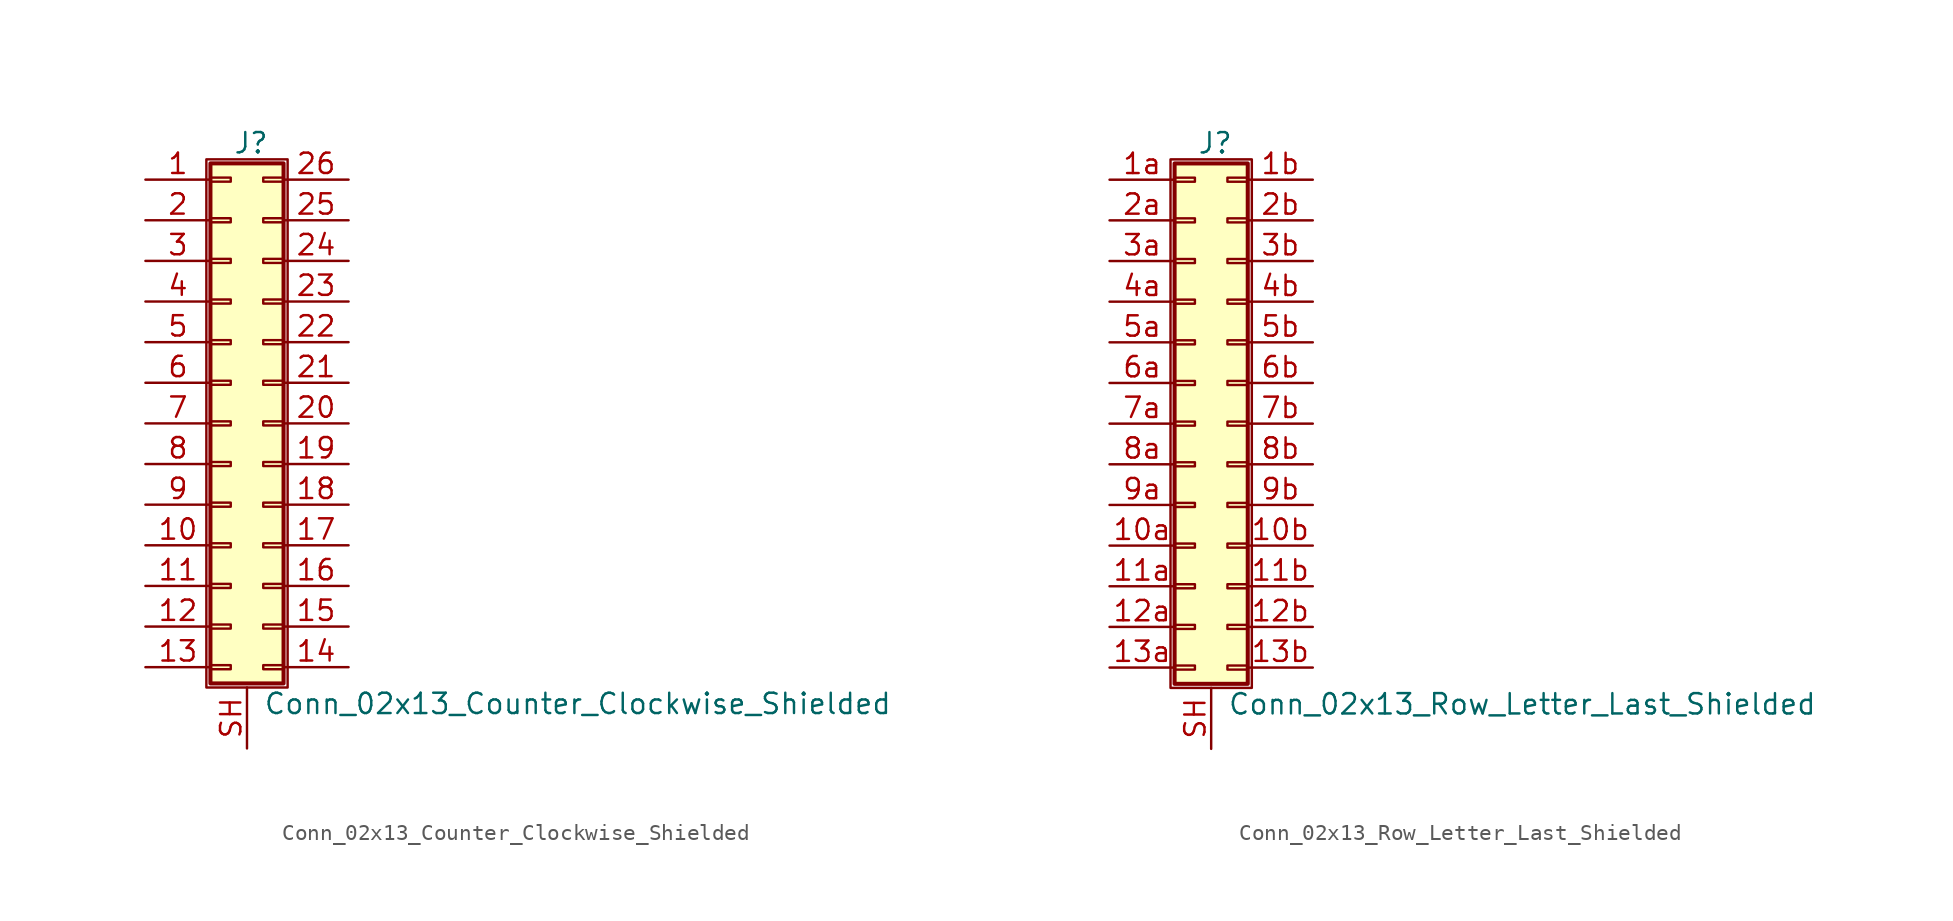
<source format=kicad_sym>
(kicad_symbol_lib
  (version 20201005)
  (generator kicad_symbol_editor)
  (symbol "Conn_02x13_Counter_Clockwise_Shielded"
    (pin_names
      (offset 1.016) hide)
    (property "Reference" "J"
      (at 1.524 17.526 0)
      (effects (font (size 1.27 1.27))))
    (property "Value" "Conn_02x13_Counter_Clockwise_Shielded"
      (at 2.286 -17.526 0)
      (effects (font (size 1.27 1.27)) (justify left)))
    (symbol "Conn_02x13_Counter_Clockwise_Shielded_1_1"
      (rectangle (start -1.27 16.51) (end 3.81 -16.51) (stroke (width 0.152)) (fill (type none)))
      (rectangle (start -1.016 -15.113) (end 0.254 -15.367) (stroke (width 0.152)) (fill (type none)))
      (rectangle (start -1.016 -12.573) (end 0.254 -12.827) (stroke (width 0.152)) (fill (type none)))
      (rectangle (start -1.016 -10.033) (end 0.254 -10.287) (stroke (width 0.152)) (fill (type none)))
      (rectangle (start -1.016 -7.493) (end 0.254 -7.747) (stroke (width 0.152)) (fill (type none)))
      (rectangle (start -1.016 -4.953) (end 0.254 -5.207) (stroke (width 0.152)) (fill (type none)))
      (rectangle (start -1.016 -2.413) (end 0.254 -2.667) (stroke (width 0.152)) (fill (type none)))
      (rectangle (start -1.016 0.127) (end 0.254 -0.127) (stroke (width 0.152)) (fill (type none)))
      (rectangle (start -1.016 2.667) (end 0.254 2.413) (stroke (width 0.152)) (fill (type none)))
      (rectangle (start -1.016 5.207) (end 0.254 4.953) (stroke (width 0.152)) (fill (type none)))
      (rectangle (start -1.016 7.747) (end 0.254 7.493) (stroke (width 0.152)) (fill (type none)))
      (rectangle (start -1.016 10.287) (end 0.254 10.033) (stroke (width 0.152)) (fill (type none)))
      (rectangle (start -1.016 12.827) (end 0.254 12.573) (stroke (width 0.152)) (fill (type none)))
      (rectangle (start -1.016 15.367) (end 0.254 15.113) (stroke (width 0.152)) (fill (type none)))
      (rectangle (start -1.016 16.256) (end 3.556 -16.256) (stroke (width 0.254)) (fill (type background)))
      (rectangle (start 3.556 -15.113) (end 2.286 -15.367) (stroke (width 0.152)) (fill (type none)))
      (rectangle (start 3.556 -12.573) (end 2.286 -12.827) (stroke (width 0.152)) (fill (type none)))
      (rectangle (start 3.556 -10.033) (end 2.286 -10.287) (stroke (width 0.152)) (fill (type none)))
      (rectangle (start 3.556 -7.493) (end 2.286 -7.747) (stroke (width 0.152)) (fill (type none)))
      (rectangle (start 3.556 -4.953) (end 2.286 -5.207) (stroke (width 0.152)) (fill (type none)))
      (rectangle (start 3.556 -2.413) (end 2.286 -2.667) (stroke (width 0.152)) (fill (type none)))
      (rectangle (start 3.556 0.127) (end 2.286 -0.127) (stroke (width 0.152)) (fill (type none)))
      (rectangle (start 3.556 2.667) (end 2.286 2.413) (stroke (width 0.152)) (fill (type none)))
      (rectangle (start 3.556 5.207) (end 2.286 4.953) (stroke (width 0.152)) (fill (type none)))
      (rectangle (start 3.556 7.747) (end 2.286 7.493) (stroke (width 0.152)) (fill (type none)))
      (rectangle (start 3.556 10.287) (end 2.286 10.033) (stroke (width 0.152)) (fill (type none)))
      (rectangle (start 3.556 12.827) (end 2.286 12.573) (stroke (width 0.152)) (fill (type none)))
      (rectangle (start 3.556 15.367) (end 2.286 15.113) (stroke (width 0.152)) (fill (type none)))
      (pin passive line (at -5.08 15.24 0) (length 4.064) (name "Pin_1" (effects (font (size 1.27 1.27)))) (number "1" (effects (font (size 1.27 1.27)))))
      (pin passive line (at -5.08 -7.62 0) (length 4.064) (name "Pin_10" (effects (font (size 1.27 1.27)))) (number "10" (effects (font (size 1.27 1.27)))))
      (pin passive line (at -5.08 -10.16 0) (length 4.064) (name "Pin_11" (effects (font (size 1.27 1.27)))) (number "11" (effects (font (size 1.27 1.27)))))
      (pin passive line (at -5.08 -12.7 0) (length 4.064) (name "Pin_12" (effects (font (size 1.27 1.27)))) (number "12" (effects (font (size 1.27 1.27)))))
      (pin passive line (at -5.08 -15.24 0) (length 4.064) (name "Pin_13" (effects (font (size 1.27 1.27)))) (number "13" (effects (font (size 1.27 1.27)))))
      (pin passive line (at 7.62 -15.24 180) (length 4.064) (name "Pin_14" (effects (font (size 1.27 1.27)))) (number "14" (effects (font (size 1.27 1.27)))))
      (pin passive line (at 7.62 -12.7 180) (length 4.064) (name "Pin_15" (effects (font (size 1.27 1.27)))) (number "15" (effects (font (size 1.27 1.27)))))
      (pin passive line (at 7.62 -10.16 180) (length 4.064) (name "Pin_16" (effects (font (size 1.27 1.27)))) (number "16" (effects (font (size 1.27 1.27)))))
      (pin passive line (at 7.62 -7.62 180) (length 4.064) (name "Pin_17" (effects (font (size 1.27 1.27)))) (number "17" (effects (font (size 1.27 1.27)))))
      (pin passive line (at 7.62 -5.08 180) (length 4.064) (name "Pin_18" (effects (font (size 1.27 1.27)))) (number "18" (effects (font (size 1.27 1.27)))))
      (pin passive line (at 7.62 -2.54 180) (length 4.064) (name "Pin_19" (effects (font (size 1.27 1.27)))) (number "19" (effects (font (size 1.27 1.27)))))
      (pin passive line (at -5.08 12.7 0) (length 4.064) (name "Pin_2" (effects (font (size 1.27 1.27)))) (number "2" (effects (font (size 1.27 1.27)))))
      (pin passive line (at 7.62 0 180) (length 4.064) (name "Pin_20" (effects (font (size 1.27 1.27)))) (number "20" (effects (font (size 1.27 1.27)))))
      (pin passive line (at 7.62 2.54 180) (length 4.064) (name "Pin_21" (effects (font (size 1.27 1.27)))) (number "21" (effects (font (size 1.27 1.27)))))
      (pin passive line (at 7.62 5.08 180) (length 4.064) (name "Pin_22" (effects (font (size 1.27 1.27)))) (number "22" (effects (font (size 1.27 1.27)))))
      (pin passive line (at 7.62 7.62 180) (length 4.064) (name "Pin_23" (effects (font (size 1.27 1.27)))) (number "23" (effects (font (size 1.27 1.27)))))
      (pin passive line (at 7.62 10.16 180) (length 4.064) (name "Pin_24" (effects (font (size 1.27 1.27)))) (number "24" (effects (font (size 1.27 1.27)))))
      (pin passive line (at 7.62 12.7 180) (length 4.064) (name "Pin_25" (effects (font (size 1.27 1.27)))) (number "25" (effects (font (size 1.27 1.27)))))
      (pin passive line (at 7.62 15.24 180) (length 4.064) (name "Pin_26" (effects (font (size 1.27 1.27)))) (number "26" (effects (font (size 1.27 1.27)))))
      (pin passive line (at -5.08 10.16 0) (length 4.064) (name "Pin_3" (effects (font (size 1.27 1.27)))) (number "3" (effects (font (size 1.27 1.27)))))
      (pin passive line (at -5.08 7.62 0) (length 4.064) (name "Pin_4" (effects (font (size 1.27 1.27)))) (number "4" (effects (font (size 1.27 1.27)))))
      (pin passive line (at -5.08 5.08 0) (length 4.064) (name "Pin_5" (effects (font (size 1.27 1.27)))) (number "5" (effects (font (size 1.27 1.27)))))
      (pin passive line (at -5.08 2.54 0) (length 4.064) (name "Pin_6" (effects (font (size 1.27 1.27)))) (number "6" (effects (font (size 1.27 1.27)))))
      (pin passive line (at -5.08 0 0) (length 4.064) (name "Pin_7" (effects (font (size 1.27 1.27)))) (number "7" (effects (font (size 1.27 1.27)))))
      (pin passive line (at -5.08 -2.54 0) (length 4.064) (name "Pin_8" (effects (font (size 1.27 1.27)))) (number "8" (effects (font (size 1.27 1.27)))))
      (pin passive line (at -5.08 -5.08 0) (length 4.064) (name "Pin_9" (effects (font (size 1.27 1.27)))) (number "9" (effects (font (size 1.27 1.27)))))
      (pin passive line (at 1.27 -20.32 90) (length 3.81) (name "Shield" (effects (font (size 1.27 1.27)))) (number "SH" (effects (font (size 1.27 1.27)))))))
  (symbol "Conn_02x13_Row_Letter_Last_Shielded"
    (pin_names
      (offset 1.016) hide)
    (property "Reference" "J"
      (at 1.524 17.526 0)
      (effects (font (size 1.27 1.27))))
    (property "Value" "Conn_02x13_Row_Letter_Last_Shielded"
      (at 2.286 -17.526 0)
      (effects (font (size 1.27 1.27)) (justify left)))
    (symbol "Conn_02x13_Row_Letter_Last_Shielded_1_1"
      (rectangle (start -1.27 16.51) (end 3.81 -16.51) (stroke (width 0.152)) (fill (type none)))
      (rectangle (start -1.016 -15.113) (end 0.254 -15.367) (stroke (width 0.152)) (fill (type none)))
      (rectangle (start -1.016 -12.573) (end 0.254 -12.827) (stroke (width 0.152)) (fill (type none)))
      (rectangle (start -1.016 -10.033) (end 0.254 -10.287) (stroke (width 0.152)) (fill (type none)))
      (rectangle (start -1.016 -7.493) (end 0.254 -7.747) (stroke (width 0.152)) (fill (type none)))
      (rectangle (start -1.016 -4.953) (end 0.254 -5.207) (stroke (width 0.152)) (fill (type none)))
      (rectangle (start -1.016 -2.413) (end 0.254 -2.667) (stroke (width 0.152)) (fill (type none)))
      (rectangle (start -1.016 0.127) (end 0.254 -0.127) (stroke (width 0.152)) (fill (type none)))
      (rectangle (start -1.016 2.667) (end 0.254 2.413) (stroke (width 0.152)) (fill (type none)))
      (rectangle (start -1.016 5.207) (end 0.254 4.953) (stroke (width 0.152)) (fill (type none)))
      (rectangle (start -1.016 7.747) (end 0.254 7.493) (stroke (width 0.152)) (fill (type none)))
      (rectangle (start -1.016 10.287) (end 0.254 10.033) (stroke (width 0.152)) (fill (type none)))
      (rectangle (start -1.016 12.827) (end 0.254 12.573) (stroke (width 0.152)) (fill (type none)))
      (rectangle (start -1.016 15.367) (end 0.254 15.113) (stroke (width 0.152)) (fill (type none)))
      (rectangle (start -1.016 16.256) (end 3.556 -16.256) (stroke (width 0.254)) (fill (type background)))
      (rectangle (start 3.556 -15.113) (end 2.286 -15.367) (stroke (width 0.152)) (fill (type none)))
      (rectangle (start 3.556 -12.573) (end 2.286 -12.827) (stroke (width 0.152)) (fill (type none)))
      (rectangle (start 3.556 -10.033) (end 2.286 -10.287) (stroke (width 0.152)) (fill (type none)))
      (rectangle (start 3.556 -7.493) (end 2.286 -7.747) (stroke (width 0.152)) (fill (type none)))
      (rectangle (start 3.556 -4.953) (end 2.286 -5.207) (stroke (width 0.152)) (fill (type none)))
      (rectangle (start 3.556 -2.413) (end 2.286 -2.667) (stroke (width 0.152)) (fill (type none)))
      (rectangle (start 3.556 0.127) (end 2.286 -0.127) (stroke (width 0.152)) (fill (type none)))
      (rectangle (start 3.556 2.667) (end 2.286 2.413) (stroke (width 0.152)) (fill (type none)))
      (rectangle (start 3.556 5.207) (end 2.286 4.953) (stroke (width 0.152)) (fill (type none)))
      (rectangle (start 3.556 7.747) (end 2.286 7.493) (stroke (width 0.152)) (fill (type none)))
      (rectangle (start 3.556 10.287) (end 2.286 10.033) (stroke (width 0.152)) (fill (type none)))
      (rectangle (start 3.556 12.827) (end 2.286 12.573) (stroke (width 0.152)) (fill (type none)))
      (rectangle (start 3.556 15.367) (end 2.286 15.113) (stroke (width 0.152)) (fill (type none)))
      (pin passive line (at -5.08 -7.62 0) (length 4.064) (name "Pin_10a" (effects (font (size 1.27 1.27)))) (number "10a" (effects (font (size 1.27 1.27)))))
      (pin passive line (at 7.62 -7.62 180) (length 4.064) (name "Pin_10b" (effects (font (size 1.27 1.27)))) (number "10b" (effects (font (size 1.27 1.27)))))
      (pin passive line (at -5.08 -10.16 0) (length 4.064) (name "Pin_11a" (effects (font (size 1.27 1.27)))) (number "11a" (effects (font (size 1.27 1.27)))))
      (pin passive line (at 7.62 -10.16 180) (length 4.064) (name "Pin_11b" (effects (font (size 1.27 1.27)))) (number "11b" (effects (font (size 1.27 1.27)))))
      (pin passive line (at -5.08 -12.7 0) (length 4.064) (name "Pin_12a" (effects (font (size 1.27 1.27)))) (number "12a" (effects (font (size 1.27 1.27)))))
      (pin passive line (at 7.62 -12.7 180) (length 4.064) (name "Pin_12b" (effects (font (size 1.27 1.27)))) (number "12b" (effects (font (size 1.27 1.27)))))
      (pin passive line (at -5.08 -15.24 0) (length 4.064) (name "Pin_13a" (effects (font (size 1.27 1.27)))) (number "13a" (effects (font (size 1.27 1.27)))))
      (pin passive line (at 7.62 -15.24 180) (length 4.064) (name "Pin_13b" (effects (font (size 1.27 1.27)))) (number "13b" (effects (font (size 1.27 1.27)))))
      (pin passive line (at -5.08 15.24 0) (length 4.064) (name "Pin_1a" (effects (font (size 1.27 1.27)))) (number "1a" (effects (font (size 1.27 1.27)))))
      (pin passive line (at 7.62 15.24 180) (length 4.064) (name "Pin_1b" (effects (font (size 1.27 1.27)))) (number "1b" (effects (font (size 1.27 1.27)))))
      (pin passive line (at -5.08 12.7 0) (length 4.064) (name "Pin_2a" (effects (font (size 1.27 1.27)))) (number "2a" (effects (font (size 1.27 1.27)))))
      (pin passive line (at 7.62 12.7 180) (length 4.064) (name "Pin_2b" (effects (font (size 1.27 1.27)))) (number "2b" (effects (font (size 1.27 1.27)))))
      (pin passive line (at -5.08 10.16 0) (length 4.064) (name "Pin_3a" (effects (font (size 1.27 1.27)))) (number "3a" (effects (font (size 1.27 1.27)))))
      (pin passive line (at 7.62 10.16 180) (length 4.064) (name "Pin_3b" (effects (font (size 1.27 1.27)))) (number "3b" (effects (font (size 1.27 1.27)))))
      (pin passive line (at -5.08 7.62 0) (length 4.064) (name "Pin_4a" (effects (font (size 1.27 1.27)))) (number "4a" (effects (font (size 1.27 1.27)))))
      (pin passive line (at 7.62 7.62 180) (length 4.064) (name "Pin_4b" (effects (font (size 1.27 1.27)))) (number "4b" (effects (font (size 1.27 1.27)))))
      (pin passive line (at -5.08 5.08 0) (length 4.064) (name "Pin_5a" (effects (font (size 1.27 1.27)))) (number "5a" (effects (font (size 1.27 1.27)))))
      (pin passive line (at 7.62 5.08 180) (length 4.064) (name "Pin_5b" (effects (font (size 1.27 1.27)))) (number "5b" (effects (font (size 1.27 1.27)))))
      (pin passive line (at -5.08 2.54 0) (length 4.064) (name "Pin_6a" (effects (font (size 1.27 1.27)))) (number "6a" (effects (font (size 1.27 1.27)))))
      (pin passive line (at 7.62 2.54 180) (length 4.064) (name "Pin_6b" (effects (font (size 1.27 1.27)))) (number "6b" (effects (font (size 1.27 1.27)))))
      (pin passive line (at -5.08 0 0) (length 4.064) (name "Pin_7a" (effects (font (size 1.27 1.27)))) (number "7a" (effects (font (size 1.27 1.27)))))
      (pin passive line (at 7.62 0 180) (length 4.064) (name "Pin_7b" (effects (font (size 1.27 1.27)))) (number "7b" (effects (font (size 1.27 1.27)))))
      (pin passive line (at -5.08 -2.54 0) (length 4.064) (name "Pin_8a" (effects (font (size 1.27 1.27)))) (number "8a" (effects (font (size 1.27 1.27)))))
      (pin passive line (at 7.62 -2.54 180) (length 4.064) (name "Pin_8b" (effects (font (size 1.27 1.27)))) (number "8b" (effects (font (size 1.27 1.27)))))
      (pin passive line (at -5.08 -5.08 0) (length 4.064) (name "Pin_9a" (effects (font (size 1.27 1.27)))) (number "9a" (effects (font (size 1.27 1.27)))))
      (pin passive line (at 7.62 -5.08 180) (length 4.064) (name "Pin_9b" (effects (font (size 1.27 1.27)))) (number "9b" (effects (font (size 1.27 1.27)))))
      (pin passive line (at 1.27 -20.32 90) (length 3.81) (name "Shield" (effects (font (size 1.27 1.27)))) (number "SH" (effects (font (size 1.27 1.27))))))))
</source>
